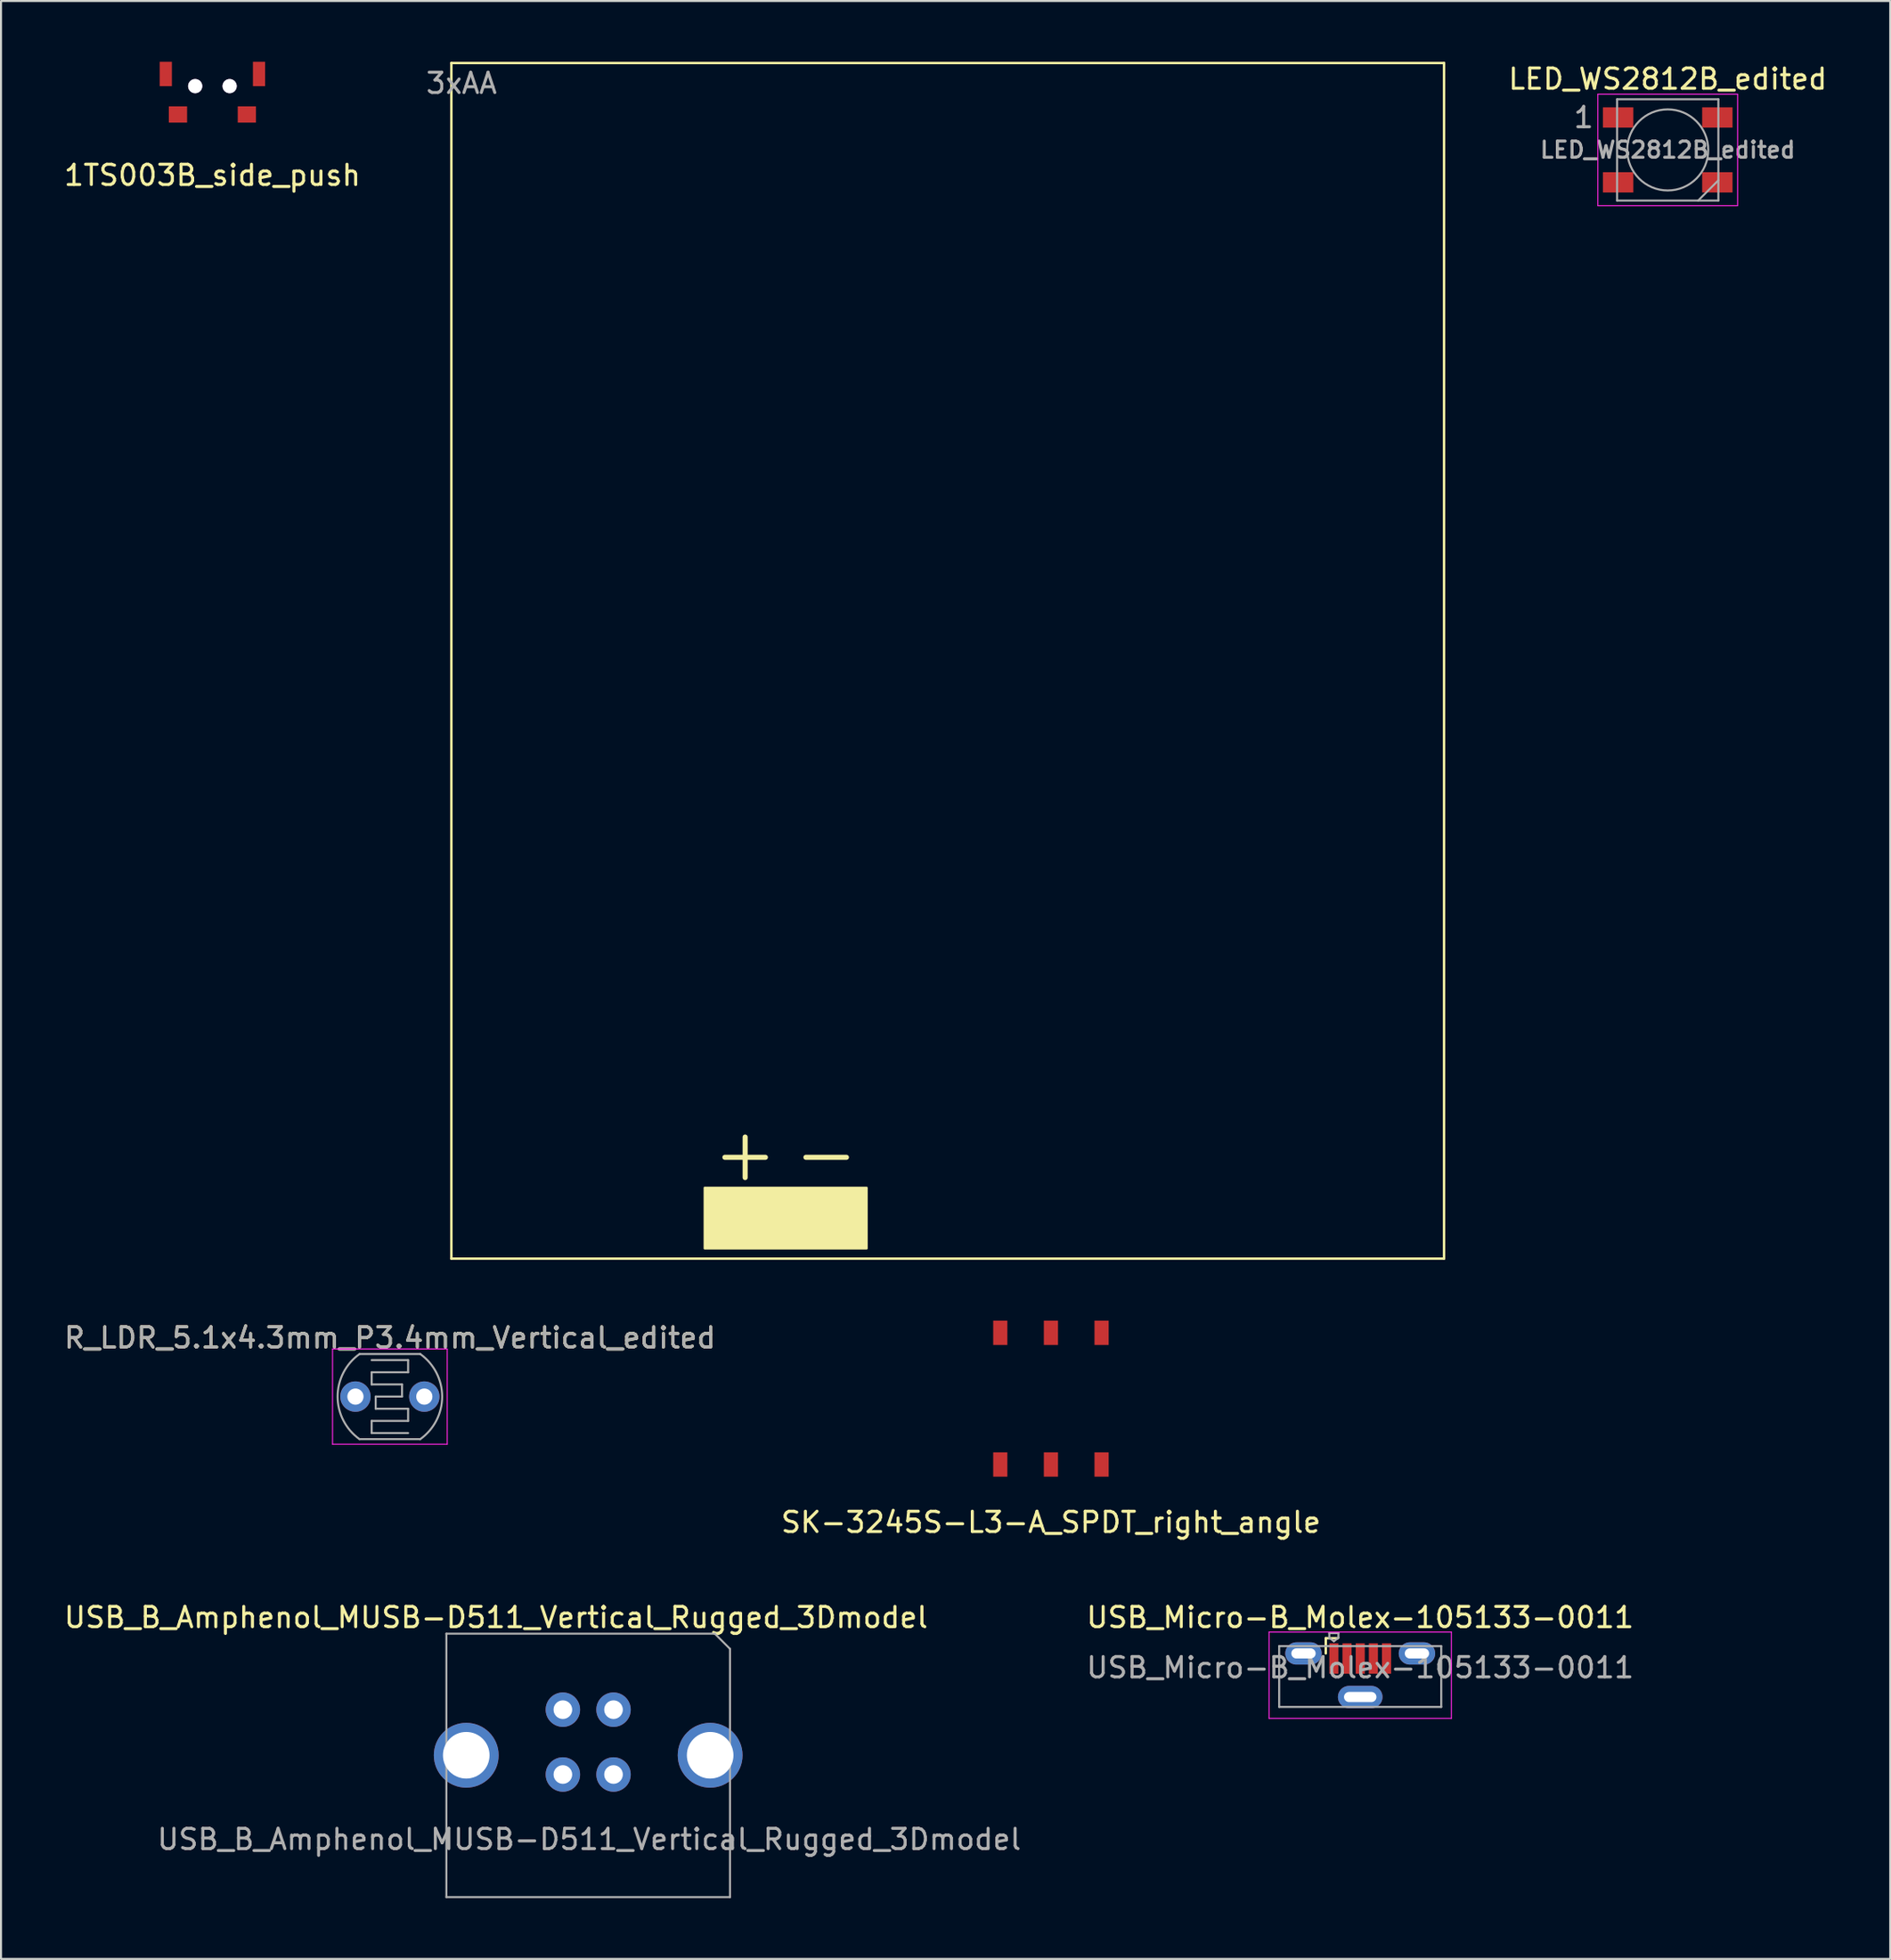
<source format=kicad_pcb>
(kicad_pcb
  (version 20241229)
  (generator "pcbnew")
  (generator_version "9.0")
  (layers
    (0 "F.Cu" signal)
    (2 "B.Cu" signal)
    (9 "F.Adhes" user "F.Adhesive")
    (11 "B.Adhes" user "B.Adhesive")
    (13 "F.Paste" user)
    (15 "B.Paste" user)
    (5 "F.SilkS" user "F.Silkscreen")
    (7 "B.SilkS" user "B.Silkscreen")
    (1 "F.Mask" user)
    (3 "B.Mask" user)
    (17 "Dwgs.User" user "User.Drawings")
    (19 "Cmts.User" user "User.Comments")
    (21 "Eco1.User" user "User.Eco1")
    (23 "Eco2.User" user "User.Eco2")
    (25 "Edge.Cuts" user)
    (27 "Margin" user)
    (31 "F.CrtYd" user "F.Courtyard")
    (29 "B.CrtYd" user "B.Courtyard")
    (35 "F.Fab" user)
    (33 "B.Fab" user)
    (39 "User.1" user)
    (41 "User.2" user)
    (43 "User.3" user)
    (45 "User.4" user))
  (footprint "R_LDR_5.1x4.3mm_P3.4mm_Vertical_edited"
    (layer "F.Cu")
    (at 14.496 65.868)
    (property "Reference" "R_LDR_5.1x4.3mm_P3.4mm_Vertical_edited" (at 1.7 -2.9 0) (layer "F.SilkS") (effects (font (size 1 1) (thickness 0.15))))
    (attr through_hole)
    (fp_line (start -1.13 -2.35) (end -1.13 2.35) (stroke (width 0.05) (type solid)) (layer "F.CrtYd"))
    (fp_line (start -1.13 -2.35) (end 4.53 -2.35) (stroke (width 0.05) (type solid)) (layer "F.CrtYd"))
    (fp_line (start 4.53 2.35) (end -1.13 2.35) (stroke (width 0.05) (type solid)) (layer "F.CrtYd"))
    (fp_line (start 4.53 2.35) (end 4.53 -2.35) (stroke (width 0.05) (type solid)) (layer "F.CrtYd"))
    (fp_line (start 0.2 -2.1) (end 3.2 -2.1) (stroke (width 0.1) (type solid)) (layer "F.Fab"))
    (fp_line (start 0.8 -1.8) (end 2.6 -1.8) (stroke (width 0.1) (type solid)) (layer "F.Fab"))
    (fp_line (start 0.8 -1.2) (end 0.8 -0.6) (stroke (width 0.1) (type solid)) (layer "F.Fab"))
    (fp_line (start 0.8 1.2) (end 0.8 1.8) (stroke (width 0.1) (type solid)) (layer "F.Fab"))
    (fp_line (start 0.8 1.8) (end 2.6 1.8) (stroke (width 0.1) (type solid)) (layer "F.Fab"))
    (fp_line (start 1 0) (end 1 0.6) (stroke (width 0.1) (type solid)) (layer "F.Fab"))
    (fp_line (start 1 0) (end 2.3 0) (stroke (width 0.1) (type solid)) (layer "F.Fab"))
    (fp_line (start 2.3 -0.6) (end 0.8 -0.6) (stroke (width 0.1) (type solid)) (layer "F.Fab"))
    (fp_line (start 2.3 0) (end 2.3 -0.6) (stroke (width 0.1) (type solid)) (layer "F.Fab"))
    (fp_line (start 2.6 -1.8) (end 2.6 -1.2) (stroke (width 0.1) (type solid)) (layer "F.Fab"))
    (fp_line (start 2.6 -1.2) (end 0.8 -1.2) (stroke (width 0.1) (type solid)) (layer "F.Fab"))
    (fp_line (start 2.6 0.6) (end 1 0.6) (stroke (width 0.1) (type solid)) (layer "F.Fab"))
    (fp_line (start 2.6 0.6) (end 2.6 1.2) (stroke (width 0.1) (type solid)) (layer "F.Fab"))
    (fp_line (start 2.6 1.2) (end 0.8 1.2) (stroke (width 0.1) (type solid)) (layer "F.Fab"))
    (fp_line (start 3.2 2.1) (end 0.2 2.1) (stroke (width 0.1) (type solid)) (layer "F.Fab"))
    (fp_arc (start 0.2 2.1) (mid -0.880697 -0.001697) (end 0.202763 -2.101971) (stroke (width 0.1) (type solid)) (layer "F.Fab"))
    (fp_arc (start 3.2 -2.1) (mid 4.280697 0.001697) (end 3.197237 2.101971) (stroke (width 0.1) (type solid)) (layer "F.Fab"))
    (fp_text user "${REFERENCE}" (at 1.7 -2.9 0) (layer "F.Fab") (effects (font (size 1 1) (thickness 0.15))))
    (pad "1" thru_hole circle (at 0 0) (size 1.5 1.5) (drill 0.8) (layers "*.Cu" "*.Mask"))
    (pad "2" thru_hole circle (at 3.4 0) (size 1.5 1.5) (drill 0.8) (layers "*.Cu" "*.Mask")))
  (footprint "SK-3245S-L3-A_SPDT_right_angle"
    (layer "F.Cu")
    (at 48.827 71.57)
    (property "Reference" "SK-3245S-L3-A_SPDT_right_angle" (at 0 0.5 0) (layer "F.SilkS") (effects (font (size 1 1) (thickness 0.15))))
    (attr through_hole)
    (pad "1" smd rect (at -2.5 -8.85) (size 0.7 1.2) (layers "F.Cu" "F.Mask" "F.Paste"))
    (pad "1" smd rect (at -2.5 -2.35) (size 0.7 1.2) (layers "F.Cu" "F.Mask" "F.Paste"))
    (pad "2" smd rect (at 0 -8.85) (size 0.7 1.2) (layers "F.Cu" "F.Mask" "F.Paste"))
    (pad "2" smd rect (at 0 -2.35) (size 0.7 1.2) (layers "F.Cu" "F.Mask" "F.Paste"))
    (pad "3" smd rect (at 2.5 -8.85) (size 0.7 1.2) (layers "F.Cu" "F.Mask" "F.Paste"))
    (pad "3" smd rect (at 2.5 -2.35) (size 0.7 1.2) (layers "F.Cu" "F.Mask" "F.Paste")))
  (footprint "1TS003B_side_push"
    (layer "F.Cu")
    (at 7.435 5.1)
    (property "Reference" "1TS003B_side_push" (at 0 0.5 0) (layer "F.SilkS") (effects (font (size 1 1) (thickness 0.15))))
    (attr through_hole)
    (pad "1" smd rect (at -1.7 -2.5) (size 0.9 0.8) (layers "F.Cu" "F.Mask" "F.Paste"))
    (pad "2" smd rect (at 1.7 -2.5) (size 0.9 0.8) (layers "F.Cu" "F.Mask" "F.Paste"))
    (pad "3" smd rect (at -2.3 -4.5) (size 0.6 1.2) (layers "F.Cu" "F.Mask" "F.Paste"))
    (pad "4" smd rect (at 2.3 -4.5) (size 0.6 1.2) (layers "F.Cu" "F.Mask" "F.Paste"))
    (pad "5" thru_hole circle (at -0.85 -3.9) (size 0.7 0.7) (drill 0.7) (layers "*.Cu" "*.Mask"))
    (pad "5" thru_hole circle (at 0.85 -3.9) (size 0.7 0.7) (drill 0.7) (layers "*.Cu" "*.Mask")))
  (footprint "USB_B_Amphenol_MUSB-D511_Vertical_Rugged_3Dmodel"
    (layer "F.Cu")
    (at 27.235 81.317)
    (property "Reference" "USB_B_Amphenol_MUSB-D511_Vertical_Rugged_3Dmodel" (at -5.8 -4.55 0) (layer "F.SilkS") (effects (font (size 1 1) (thickness 0.15))))
    (attr through_hole)
    (fp_line (start -8.25 -3.75) (end 5 -3.75) (stroke (width 0.1) (type solid)) (layer "F.Fab"))
    (fp_line (start -8.25 9.25) (end -8.25 -3.75) (stroke (width 0.1) (type solid)) (layer "F.Fab"))
    (fp_line (start 5 -3.75) (end 5.75 -3) (stroke (width 0.1) (type solid)) (layer "F.Fab"))
    (fp_line (start 5.75 -3) (end 5.75 9.25) (stroke (width 0.1) (type solid)) (layer "F.Fab"))
    (fp_line (start 5.75 9.25) (end -8.25 9.25) (stroke (width 0.1) (type solid)) (layer "F.Fab"))
    (fp_text user "${REFERENCE}" (at -1.2 6.4 0) (layer "F.Fab") (effects (font (size 1 1) (thickness 0.15))))
    (pad "1" thru_hole circle (at 0 0) (size 1.7 1.7) (drill 0.92) (layers "*.Cu" "*.Mask"))
    (pad "2" thru_hole circle (at -2.5 0) (size 1.7 1.7) (drill 0.92) (layers "*.Cu" "*.Mask"))
    (pad "3" thru_hole circle (at -2.5 3.2) (size 1.7 1.7) (drill 0.92) (layers "*.Cu" "*.Mask"))
    (pad "4" thru_hole circle (at 0 3.2) (size 1.7 1.7) (drill 0.92) (layers "*.Cu" "*.Mask"))
    (pad "5" thru_hole circle (at -7.27 2.25) (size 3.2 3.2) (drill 2.3) (layers "*.Cu" "*.Mask"))
    (pad "5" thru_hole circle (at 4.77 2.25) (size 3.2 3.2) (drill 2.3) (layers "*.Cu" "*.Mask")))
  (footprint "LED_WS2812B_edited"
    (layer "F.Cu")
    (at 79.274 4.348)
    (property "Reference" "LED_WS2812B_edited" (at 0 -3.5 0) (layer "F.SilkS") (effects (font (size 1 1) (thickness 0.15))))
    (attr smd)
    (fp_line (start -3.45 -2.75) (end -3.45 2.75) (stroke (width 0.05) (type solid)) (layer "F.CrtYd"))
    (fp_line (start -3.45 2.75) (end 3.45 2.75) (stroke (width 0.05) (type solid)) (layer "F.CrtYd"))
    (fp_line (start 3.45 -2.75) (end -3.45 -2.75) (stroke (width 0.05) (type solid)) (layer "F.CrtYd"))
    (fp_line (start 3.45 2.75) (end 3.45 -2.75) (stroke (width 0.05) (type solid)) (layer "F.CrtYd"))
    (fp_line (start -2.5 -2.5) (end -2.5 2.5) (stroke (width 0.1) (type solid)) (layer "F.Fab"))
    (fp_line (start -2.5 2.5) (end 2.5 2.5) (stroke (width 0.1) (type solid)) (layer "F.Fab"))
    (fp_line (start 2.5 -2.5) (end -2.5 -2.5) (stroke (width 0.1) (type solid)) (layer "F.Fab"))
    (fp_line (start 2.5 1.5) (end 1.5 2.5) (stroke (width 0.1) (type solid)) (layer "F.Fab"))
    (fp_line (start 2.5 2.5) (end 2.5 -2.5) (stroke (width 0.1) (type solid)) (layer "F.Fab"))
    (fp_circle (center 0 0) (end 0 -2) (stroke (width 0.1) (type solid)) (fill no) (layer "F.Fab"))
    (fp_text user "${REFERENCE}" (at 0 0 0) (layer "F.Fab") (effects (font (size 0.8 0.8) (thickness 0.15))))
    (fp_text user "1" (at -4.15 -1.6 0) (layer "F.Fab") (effects (font (size 1 1) (thickness 0.15))))
    (pad "1" smd rect (at -2.45 -1.6) (size 1.5 1) (layers "F.Cu" "F.Mask" "F.Paste"))
    (pad "2" smd rect (at -2.45 1.6) (size 1.5 1) (layers "F.Cu" "F.Mask" "F.Paste"))
    (pad "3" smd rect (at 2.45 1.6) (size 1.5 1) (layers "F.Cu" "F.Mask" "F.Paste"))
    (pad "4" smd rect (at 2.45 -1.6) (size 1.5 1) (layers "F.Cu" "F.Mask" "F.Paste")))
  (footprint "3xAA"
    (layer "F.Cu")
    (at 19.732 0.56)
    (property "Reference" "3xAA" (at 0 0.5 0) (layer "F.Fab") (effects (font (size 1 1) (thickness 0.15))))
    (attr through_hole)
    (fp_line (start -0.5 -0.5) (end -0.5 58.5) (stroke (width 0.12) (type solid)) (layer "F.SilkS"))
    (fp_line (start -0.5 -0.5) (end 48.5 -0.5) (stroke (width 0.12) (type solid)) (layer "F.SilkS"))
    (fp_line (start -0.5 58.5) (end 48.5 58.5) (stroke (width 0.12) (type solid)) (layer "F.SilkS"))
    (fp_line (start 13 53.5) (end 15 53.5) (stroke (width 0.25) (type solid)) (layer "F.SilkS"))
    (fp_line (start 14 52.5) (end 14 54.5) (stroke (width 0.25) (type solid)) (layer "F.SilkS"))
    (fp_line (start 17 53.5) (end 19 53.5) (stroke (width 0.25) (type solid)) (layer "F.SilkS"))
    (fp_line (start 48.5 -0.5) (end 48.5 58.5) (stroke (width 0.12) (type solid)) (layer "F.SilkS"))
    (fp_poly (pts (xy 20 58) (xy 12 58) (xy 12 55) (xy 20 55)) (stroke (width 0.1) (type solid)) (fill yes) (layer "F.SilkS")))
  (footprint "USB_Micro-B_Molex-105133-0011"
    (layer "F.Cu")
    (at 64.094 79.617)
    (property "Reference" "USB_Micro-B_Molex-105133-0011" (at 0 -2.85 0) (layer "F.SilkS") (effects (font (size 1 1) (thickness 0.15))))
    (attr smd)
    (fp_line (start -1.7 -1.825) (end -1.1 -1.825) (stroke (width 0.12) (type solid)) (layer "F.SilkS"))
    (fp_line (start -1.7 -1.075) (end -1.7 -1.825) (stroke (width 0.12) (type solid)) (layer "F.SilkS"))
    (fp_line (start -4.5 -2.13) (end 4.5 -2.13) (stroke (width 0.05) (type solid)) (layer "F.CrtYd"))
    (fp_line (start -4.5 2.13) (end -4.5 -2.13) (stroke (width 0.05) (type solid)) (layer "F.CrtYd"))
    (fp_line (start -4.5 2.13) (end 4.5 2.13) (stroke (width 0.05) (type solid)) (layer "F.CrtYd"))
    (fp_line (start 4.5 2.13) (end 4.5 -2.13) (stroke (width 0.05) (type solid)) (layer "F.CrtYd"))
    (fp_line (start -4 1.565) (end -4 -1.435) (stroke (width 0.1) (type solid)) (layer "F.Fab"))
    (fp_line (start -4 1.565) (end 4 1.565) (stroke (width 0.1) (type solid)) (layer "F.Fab"))
    (fp_line (start -1.525 -2.075) (end -1.075 -2.075) (stroke (width 0.1) (type solid)) (layer "F.Fab"))
    (fp_line (start -1.525 -1.85) (end -1.525 -2.075) (stroke (width 0.1) (type solid)) (layer "F.Fab"))
    (fp_line (start -1.3 -1.675) (end -1.525 -1.85) (stroke (width 0.1) (type solid)) (layer "F.Fab"))
    (fp_line (start -1.3 -1.675) (end -1.075 -1.85) (stroke (width 0.1) (type solid)) (layer "F.Fab"))
    (fp_line (start -1.075 -2.075) (end -1.075 -1.85) (stroke (width 0.1) (type solid)) (layer "F.Fab"))
    (fp_line (start 4 -1.435) (end -4 -1.435) (stroke (width 0.1) (type solid)) (layer "F.Fab"))
    (fp_line (start 4 1.565) (end 4 -1.435) (stroke (width 0.1) (type solid)) (layer "F.Fab"))
    (fp_text user "${REFERENCE}" (at 0 -0.375 0) (layer "F.Fab") (effects (font (size 1 1) (thickness 0.15))))
    (pad "1" smd rect (at -1.3 -0.825) (size 0.45 1.5) (layers "F.Cu" "F.Mask" "F.Paste"))
    (pad "2" smd rect (at -0.65 -0.825) (size 0.45 1.5) (layers "F.Cu" "F.Mask" "F.Paste"))
    (pad "3" smd rect (at 0 -0.825) (size 0.45 1.5) (layers "F.Cu" "F.Mask" "F.Paste"))
    (pad "4" smd rect (at 0.65 -0.825) (size 0.45 1.5) (layers "F.Cu" "F.Mask" "F.Paste"))
    (pad "5" smd rect (at 1.3 -0.825) (size 0.45 1.5) (layers "F.Cu" "F.Mask" "F.Paste"))
    (pad "6" thru_hole oval (at -2.8 -1.075) (size 1.8 1.1) (drill oval 1.2 0.5) (layers "*.Cu" "*.Mask"))
    (pad "6" thru_hole oval (at 0 1.075) (size 2.2 1.1) (drill oval 1.6 0.5) (layers "*.Cu" "*.Mask"))
    (pad "6" thru_hole oval (at 2.8 -1.075) (size 1.8 1.1) (drill oval 1.2 0.5) (layers "*.Cu" "*.Mask")))
  (gr_rect
    (start -3 -3)
    (end 90.256 93.617)
    (stroke (width 0.1) (type default))
    (fill no)
    (layer "Edge.Cuts")))
</source>
